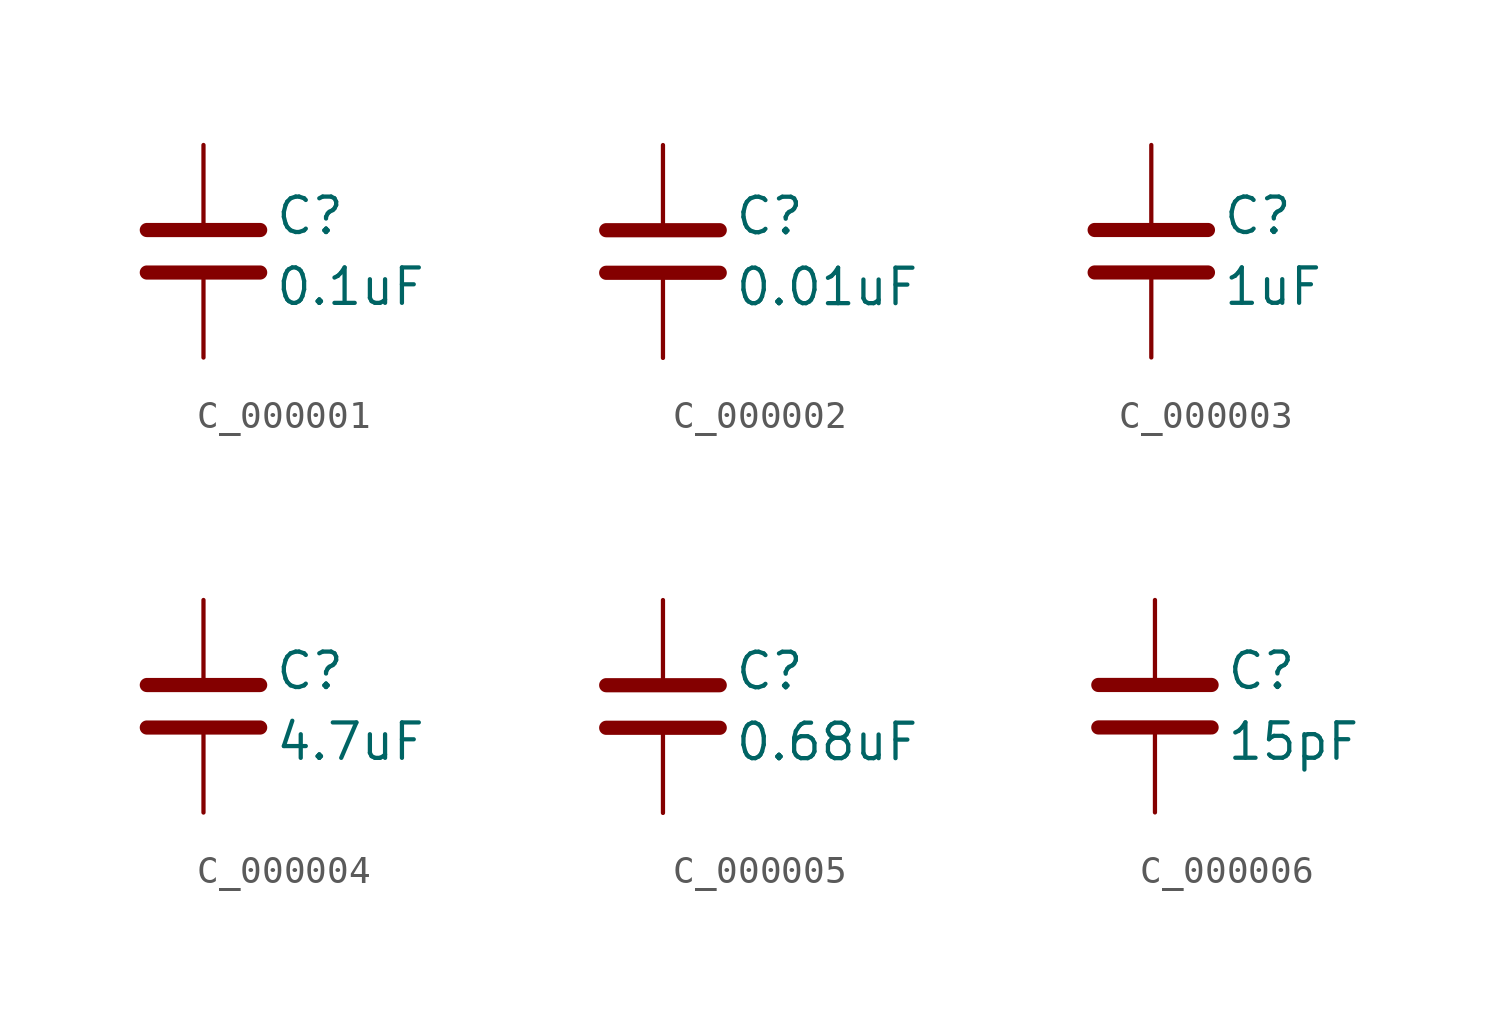
<source format=kicad_sym>
(kicad_symbol_lib
  (version 20231120)
  (generator "kicad_symbol_editor")
  (generator_version "8.0")
  (symbol "C_000001"
    (pin_numbers hide)
    (pin_names
      (offset 0.254))
    (property "Reference" "C"
      (at 2.54 1.27 0)
      (effects (font (size 1.27 1.27)) (justify left)))
    (property "Value" "0.1uF"
      (at 2.54 -1.27 0)
      (effects (font (size 1.27 1.27)) (justify left)))
    (symbol "C_000001_0_1"
      (polyline (pts (xy -2.032 -0.762) (xy 2.032 -0.762)) (stroke (width 0.508) (type default)) (fill (type none)))
      (polyline (pts (xy -2.032 0.762) (xy 2.032 0.762)) (stroke (width 0.508) (type default)) (fill (type none))))
    (symbol "C_000001_1_1"
      (pin passive line (at 0 3.81 270) (length 2.794) (name "~" (effects (font (size 1.27 1.27)))) (number "1" (effects (font (size 1.27 1.27)))))
      (pin passive line (at 0 -3.81 90) (length 2.794) (name "~" (effects (font (size 1.27 1.27)))) (number "2" (effects (font (size 1.27 1.27)))))))
  (symbol "C_000002"
    (pin_numbers hide)
    (pin_names
      (offset 0.254))
    (property "Reference" "C"
      (at 2.54 1.27 0)
      (effects (font (size 1.27 1.27)) (justify left)))
    (property "Value" "0.01uF"
      (at 2.54 -1.27 0)
      (effects (font (size 1.27 1.27)) (justify left)))
    (symbol "C_000002_0_1"
      (polyline (pts (xy -2.032 -0.762) (xy 2.032 -0.762)) (stroke (width 0.508) (type default)) (fill (type none)))
      (polyline (pts (xy -2.032 0.762) (xy 2.032 0.762)) (stroke (width 0.508) (type default)) (fill (type none))))
    (symbol "C_000002_1_1"
      (pin passive line (at 0 3.81 270) (length 2.794) (name "~" (effects (font (size 1.27 1.27)))) (number "1" (effects (font (size 1.27 1.27)))))
      (pin passive line (at 0 -3.81 90) (length 2.794) (name "~" (effects (font (size 1.27 1.27)))) (number "2" (effects (font (size 1.27 1.27)))))))
  (symbol "C_000003"
    (pin_numbers hide)
    (pin_names
      (offset 0.254))
    (property "Reference" "C"
      (at 2.54 1.27 0)
      (effects (font (size 1.27 1.27)) (justify left)))
    (property "Value" "1uF"
      (at 2.54 -1.27 0)
      (effects (font (size 1.27 1.27)) (justify left)))
    (symbol "C_000003_0_1"
      (polyline (pts (xy -2.032 -0.762) (xy 2.032 -0.762)) (stroke (width 0.508) (type default)) (fill (type none)))
      (polyline (pts (xy -2.032 0.762) (xy 2.032 0.762)) (stroke (width 0.508) (type default)) (fill (type none))))
    (symbol "C_000003_1_1"
      (pin passive line (at 0 3.81 270) (length 2.794) (name "~" (effects (font (size 1.27 1.27)))) (number "1" (effects (font (size 1.27 1.27)))))
      (pin passive line (at 0 -3.81 90) (length 2.794) (name "~" (effects (font (size 1.27 1.27)))) (number "2" (effects (font (size 1.27 1.27)))))))
  (symbol "C_000004"
    (pin_numbers hide)
    (pin_names
      (offset 0.254))
    (property "Reference" "C"
      (at 2.54 1.27 0)
      (effects (font (size 1.27 1.27)) (justify left)))
    (property "Value" "4.7uF"
      (at 2.54 -1.27 0)
      (effects (font (size 1.27 1.27)) (justify left)))
    (symbol "C_000004_0_1"
      (polyline (pts (xy -2.032 -0.762) (xy 2.032 -0.762)) (stroke (width 0.508) (type default)) (fill (type none)))
      (polyline (pts (xy -2.032 0.762) (xy 2.032 0.762)) (stroke (width 0.508) (type default)) (fill (type none))))
    (symbol "C_000004_1_1"
      (pin passive line (at 0 3.81 270) (length 2.794) (name "~" (effects (font (size 1.27 1.27)))) (number "1" (effects (font (size 1.27 1.27)))))
      (pin passive line (at 0 -3.81 90) (length 2.794) (name "~" (effects (font (size 1.27 1.27)))) (number "2" (effects (font (size 1.27 1.27)))))))
  (symbol "C_000005"
    (pin_numbers hide)
    (pin_names
      (offset 0.254))
    (property "Reference" "C"
      (at 2.54 1.27 0)
      (effects (font (size 1.27 1.27)) (justify left)))
    (property "Value" "0.68uF"
      (at 2.54 -1.27 0)
      (effects (font (size 1.27 1.27)) (justify left)))
    (symbol "C_000005_0_1"
      (polyline (pts (xy -2.032 -0.762) (xy 2.032 -0.762)) (stroke (width 0.508) (type default)) (fill (type none)))
      (polyline (pts (xy -2.032 0.762) (xy 2.032 0.762)) (stroke (width 0.508) (type default)) (fill (type none))))
    (symbol "C_000005_1_1"
      (pin passive line (at 0 3.81 270) (length 2.794) (name "~" (effects (font (size 1.27 1.27)))) (number "1" (effects (font (size 1.27 1.27)))))
      (pin passive line (at 0 -3.81 90) (length 2.794) (name "~" (effects (font (size 1.27 1.27)))) (number "2" (effects (font (size 1.27 1.27)))))))
  (symbol "C_000006"
    (pin_numbers hide)
    (pin_names
      (offset 0.254))
    (property "Reference" "C"
      (at 2.54 1.27 0)
      (effects (font (size 1.27 1.27)) (justify left)))
    (property "Value" "15pF"
      (at 2.54 -1.27 0)
      (effects (font (size 1.27 1.27)) (justify left)))
    (symbol "C_000006_0_1"
      (polyline (pts (xy -2.032 -0.762) (xy 2.032 -0.762)) (stroke (width 0.508) (type default)) (fill (type none)))
      (polyline (pts (xy -2.032 0.762) (xy 2.032 0.762)) (stroke (width 0.508) (type default)) (fill (type none))))
    (symbol "C_000006_1_1"
      (pin passive line (at 0 3.81 270) (length 2.794) (name "~" (effects (font (size 1.27 1.27)))) (number "1" (effects (font (size 1.27 1.27)))))
      (pin passive line (at 0 -3.81 90) (length 2.794) (name "~" (effects (font (size 1.27 1.27)))) (number "2" (effects (font (size 1.27 1.27))))))))
</source>
